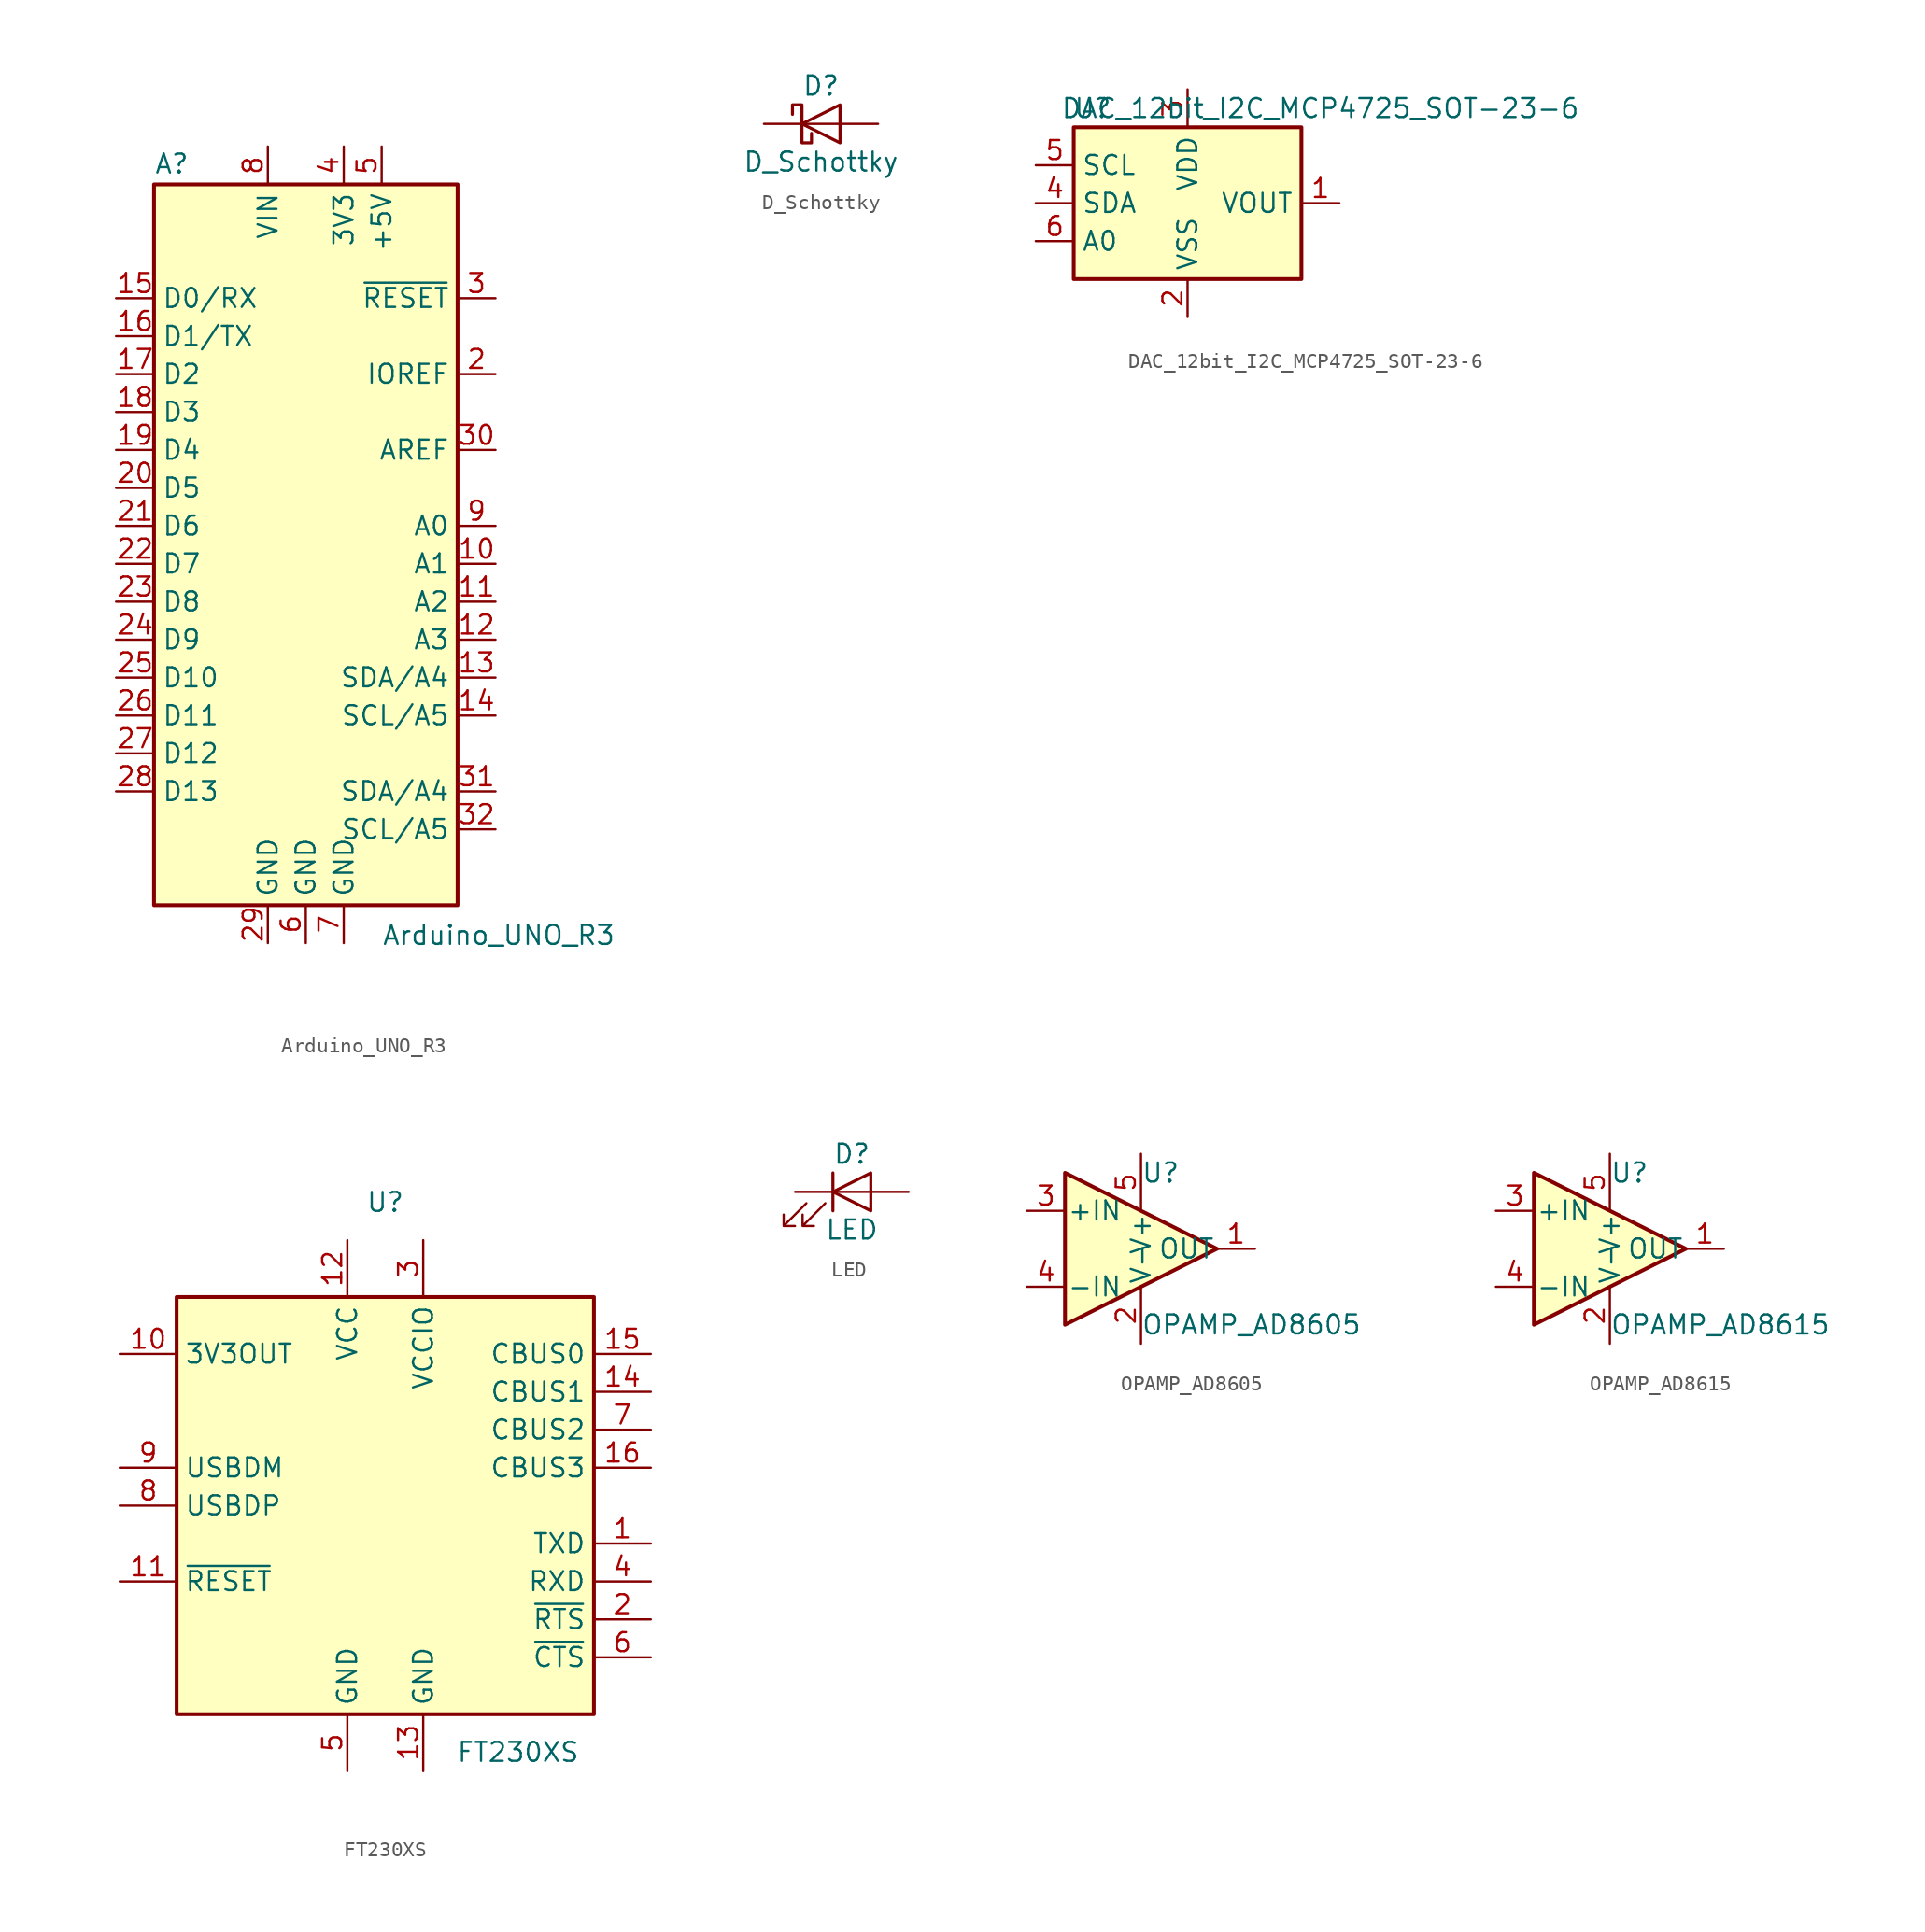
<source format=kicad_sym>
(kicad_symbol_lib
  (version 20220914)
  (generator kicad_symbol_editor)
  (symbol "Arduino_UNO_R3"
    (property "Reference" "A"
      (at -10.16 23.495 0)
      (effects (font (size 1.27 1.27)) (justify left bottom)))
    (property "Value" "Arduino_UNO_R3"
      (at 5.08 -26.67 0)
      (effects (font (size 1.27 1.27)) (justify left top)))
    (symbol "Arduino_UNO_R3_0_1"
      (rectangle (start -10.16 22.86) (end 10.16 -25.4) (stroke (width 0.254) (type solid)) (fill (type background))))
    (symbol "Arduino_UNO_R3_1_1"
      (pin no_connect line (at -10.16 -20.32 0) (length 2.54) hide (name "NC" (effects (font (size 1.27 1.27)))) (number "1" (effects (font (size 1.27 1.27)))))
      (pin bidirectional line (at 12.7 -2.54 180) (length 2.54) (name "A1" (effects (font (size 1.27 1.27)))) (number "10" (effects (font (size 1.27 1.27)))))
      (pin bidirectional line (at 12.7 -5.08 180) (length 2.54) (name "A2" (effects (font (size 1.27 1.27)))) (number "11" (effects (font (size 1.27 1.27)))))
      (pin bidirectional line (at 12.7 -7.62 180) (length 2.54) (name "A3" (effects (font (size 1.27 1.27)))) (number "12" (effects (font (size 1.27 1.27)))))
      (pin bidirectional line (at 12.7 -10.16 180) (length 2.54) (name "SDA/A4" (effects (font (size 1.27 1.27)))) (number "13" (effects (font (size 1.27 1.27)))))
      (pin bidirectional line (at 12.7 -12.7 180) (length 2.54) (name "SCL/A5" (effects (font (size 1.27 1.27)))) (number "14" (effects (font (size 1.27 1.27)))))
      (pin bidirectional line (at -12.7 15.24 0) (length 2.54) (name "D0/RX" (effects (font (size 1.27 1.27)))) (number "15" (effects (font (size 1.27 1.27)))))
      (pin bidirectional line (at -12.7 12.7 0) (length 2.54) (name "D1/TX" (effects (font (size 1.27 1.27)))) (number "16" (effects (font (size 1.27 1.27)))))
      (pin bidirectional line (at -12.7 10.16 0) (length 2.54) (name "D2" (effects (font (size 1.27 1.27)))) (number "17" (effects (font (size 1.27 1.27)))))
      (pin bidirectional line (at -12.7 7.62 0) (length 2.54) (name "D3" (effects (font (size 1.27 1.27)))) (number "18" (effects (font (size 1.27 1.27)))))
      (pin bidirectional line (at -12.7 5.08 0) (length 2.54) (name "D4" (effects (font (size 1.27 1.27)))) (number "19" (effects (font (size 1.27 1.27)))))
      (pin output line (at 12.7 10.16 180) (length 2.54) (name "IOREF" (effects (font (size 1.27 1.27)))) (number "2" (effects (font (size 1.27 1.27)))))
      (pin bidirectional line (at -12.7 2.54 0) (length 2.54) (name "D5" (effects (font (size 1.27 1.27)))) (number "20" (effects (font (size 1.27 1.27)))))
      (pin bidirectional line (at -12.7 0 0) (length 2.54) (name "D6" (effects (font (size 1.27 1.27)))) (number "21" (effects (font (size 1.27 1.27)))))
      (pin bidirectional line (at -12.7 -2.54 0) (length 2.54) (name "D7" (effects (font (size 1.27 1.27)))) (number "22" (effects (font (size 1.27 1.27)))))
      (pin bidirectional line (at -12.7 -5.08 0) (length 2.54) (name "D8" (effects (font (size 1.27 1.27)))) (number "23" (effects (font (size 1.27 1.27)))))
      (pin bidirectional line (at -12.7 -7.62 0) (length 2.54) (name "D9" (effects (font (size 1.27 1.27)))) (number "24" (effects (font (size 1.27 1.27)))))
      (pin bidirectional line (at -12.7 -10.16 0) (length 2.54) (name "D10" (effects (font (size 1.27 1.27)))) (number "25" (effects (font (size 1.27 1.27)))))
      (pin bidirectional line (at -12.7 -12.7 0) (length 2.54) (name "D11" (effects (font (size 1.27 1.27)))) (number "26" (effects (font (size 1.27 1.27)))))
      (pin bidirectional line (at -12.7 -15.24 0) (length 2.54) (name "D12" (effects (font (size 1.27 1.27)))) (number "27" (effects (font (size 1.27 1.27)))))
      (pin bidirectional line (at -12.7 -17.78 0) (length 2.54) (name "D13" (effects (font (size 1.27 1.27)))) (number "28" (effects (font (size 1.27 1.27)))))
      (pin power_in line (at -2.54 -27.94 90) (length 2.54) (name "GND" (effects (font (size 1.27 1.27)))) (number "29" (effects (font (size 1.27 1.27)))))
      (pin input line (at 12.7 15.24 180) (length 2.54) (name "~{RESET}" (effects (font (size 1.27 1.27)))) (number "3" (effects (font (size 1.27 1.27)))))
      (pin input line (at 12.7 5.08 180) (length 2.54) (name "AREF" (effects (font (size 1.27 1.27)))) (number "30" (effects (font (size 1.27 1.27)))))
      (pin bidirectional line (at 12.7 -17.78 180) (length 2.54) (name "SDA/A4" (effects (font (size 1.27 1.27)))) (number "31" (effects (font (size 1.27 1.27)))))
      (pin bidirectional line (at 12.7 -20.32 180) (length 2.54) (name "SCL/A5" (effects (font (size 1.27 1.27)))) (number "32" (effects (font (size 1.27 1.27)))))
      (pin power_out line (at 2.54 25.4 270) (length 2.54) (name "3V3" (effects (font (size 1.27 1.27)))) (number "4" (effects (font (size 1.27 1.27)))))
      (pin power_out line (at 5.08 25.4 270) (length 2.54) (name "+5V" (effects (font (size 1.27 1.27)))) (number "5" (effects (font (size 1.27 1.27)))))
      (pin power_in line (at 0 -27.94 90) (length 2.54) (name "GND" (effects (font (size 1.27 1.27)))) (number "6" (effects (font (size 1.27 1.27)))))
      (pin power_in line (at 2.54 -27.94 90) (length 2.54) (name "GND" (effects (font (size 1.27 1.27)))) (number "7" (effects (font (size 1.27 1.27)))))
      (pin power_in line (at -2.54 25.4 270) (length 2.54) (name "VIN" (effects (font (size 1.27 1.27)))) (number "8" (effects (font (size 1.27 1.27)))))
      (pin bidirectional line (at 12.7 0 180) (length 2.54) (name "A0" (effects (font (size 1.27 1.27)))) (number "9" (effects (font (size 1.27 1.27)))))))
  (symbol "D_Schottky"
    (pin_numbers hide)
    (pin_names
      (offset 1.016) hide)
    (property "Reference" "D"
      (at 0 2.54 0)
      (effects (font (size 1.27 1.27))))
    (property "Value" "D_Schottky"
      (at 0 -2.54 0)
      (effects (font (size 1.27 1.27))))
    (symbol "D_Schottky_0_1"
      (polyline (pts (xy 1.27 0) (xy -1.27 0)) (stroke (width 0) (type solid)) (fill (type none)))
      (polyline (pts (xy 1.27 1.27) (xy 1.27 -1.27) (xy -1.27 0) (xy 1.27 1.27)) (stroke (width 0.203) (type solid)) (fill (type none)))
      (polyline (pts (xy -1.905 0.635) (xy -1.905 1.27) (xy -1.27 1.27) (xy -1.27 -1.27) (xy -0.635 -1.27) (xy -0.635 -0.635)) (stroke (width 0.203) (type solid)) (fill (type none))))
    (symbol "D_Schottky_1_1"
      (pin passive line (at -3.81 0 0) (length 2.54) (name "K" (effects (font (size 1.27 1.27)))) (number "1" (effects (font (size 1.27 1.27)))))
      (pin passive line (at 3.81 0 180) (length 2.54) (name "A" (effects (font (size 1.27 1.27)))) (number "2" (effects (font (size 1.27 1.27)))))))
  (symbol "DAC_12bit_I2C_MCP4725_SOT-23-6"
    (property "Reference" "U"
      (at -6.35 6.35 0)
      (effects (font (size 1.27 1.27))))
    (property "Value" "DAC_12bit_I2C_MCP4725_SOT-23-6"
      (at 8.89 6.35 0)
      (effects (font (size 1.27 1.27))))
    (symbol "DAC_12bit_I2C_MCP4725_SOT-23-6_0_1"
      (rectangle (start -7.62 5.08) (end 7.62 -5.08) (stroke (width 0.254) (type solid)) (fill (type background))))
    (symbol "DAC_12bit_I2C_MCP4725_SOT-23-6_1_1"
      (pin output line (at 10.16 0 180) (length 2.54) (name "VOUT" (effects (font (size 1.27 1.27)))) (number "1" (effects (font (size 1.27 1.27)))))
      (pin power_in line (at 0 -7.62 90) (length 2.54) (name "VSS" (effects (font (size 1.27 1.27)))) (number "2" (effects (font (size 1.27 1.27)))))
      (pin power_in line (at 0 7.62 270) (length 2.54) (name "VDD" (effects (font (size 1.27 1.27)))) (number "3" (effects (font (size 1.27 1.27)))))
      (pin bidirectional line (at -10.16 0 0) (length 2.54) (name "SDA" (effects (font (size 1.27 1.27)))) (number "4" (effects (font (size 1.27 1.27)))))
      (pin input line (at -10.16 2.54 0) (length 2.54) (name "SCL" (effects (font (size 1.27 1.27)))) (number "5" (effects (font (size 1.27 1.27)))))
      (pin input line (at -10.16 -2.54 0) (length 2.54) (name "A0" (effects (font (size 1.27 1.27)))) (number "6" (effects (font (size 1.27 1.27)))))))
  (symbol "FT230XS"
    (property "Reference" "U"
      (at 0 20.32 0)
      (effects (font (size 1.27 1.27))))
    (property "Value" "FT230XS"
      (at 8.89 -16.51 0)
      (effects (font (size 1.27 1.27))))
    (symbol "FT230XS_0_1"
      (rectangle (start 13.97 13.97) (end -13.97 -13.97) (stroke (width 0.254) (type solid)) (fill (type background))))
    (symbol "FT230XS_1_1"
      (pin output line (at 17.78 -2.54 180) (length 3.81) (name "TXD" (effects (font (size 1.27 1.27)))) (number "1" (effects (font (size 1.27 1.27)))))
      (pin power_out line (at -17.78 10.16 0) (length 3.81) (name "3V3OUT" (effects (font (size 1.27 1.27)))) (number "10" (effects (font (size 1.27 1.27)))))
      (pin input line (at -17.78 -5.08 0) (length 3.81) (name "~{RESET}" (effects (font (size 1.27 1.27)))) (number "11" (effects (font (size 1.27 1.27)))))
      (pin power_in line (at -2.54 17.78 270) (length 3.81) (name "VCC" (effects (font (size 1.27 1.27)))) (number "12" (effects (font (size 1.27 1.27)))))
      (pin power_in line (at 2.54 -17.78 90) (length 3.81) (name "GND" (effects (font (size 1.27 1.27)))) (number "13" (effects (font (size 1.27 1.27)))))
      (pin bidirectional line (at 17.78 7.62 180) (length 3.81) (name "CBUS1" (effects (font (size 1.27 1.27)))) (number "14" (effects (font (size 1.27 1.27)))))
      (pin bidirectional line (at 17.78 10.16 180) (length 3.81) (name "CBUS0" (effects (font (size 1.27 1.27)))) (number "15" (effects (font (size 1.27 1.27)))))
      (pin bidirectional line (at 17.78 2.54 180) (length 3.81) (name "CBUS3" (effects (font (size 1.27 1.27)))) (number "16" (effects (font (size 1.27 1.27)))))
      (pin output line (at 17.78 -7.62 180) (length 3.81) (name "~{RTS}" (effects (font (size 1.27 1.27)))) (number "2" (effects (font (size 1.27 1.27)))))
      (pin power_in line (at 2.54 17.78 270) (length 3.81) (name "VCCIO" (effects (font (size 1.27 1.27)))) (number "3" (effects (font (size 1.27 1.27)))))
      (pin input line (at 17.78 -5.08 180) (length 3.81) (name "RXD" (effects (font (size 1.27 1.27)))) (number "4" (effects (font (size 1.27 1.27)))))
      (pin power_in line (at -2.54 -17.78 90) (length 3.81) (name "GND" (effects (font (size 1.27 1.27)))) (number "5" (effects (font (size 1.27 1.27)))))
      (pin input line (at 17.78 -10.16 180) (length 3.81) (name "~{CTS}" (effects (font (size 1.27 1.27)))) (number "6" (effects (font (size 1.27 1.27)))))
      (pin bidirectional line (at 17.78 5.08 180) (length 3.81) (name "CBUS2" (effects (font (size 1.27 1.27)))) (number "7" (effects (font (size 1.27 1.27)))))
      (pin bidirectional line (at -17.78 0 0) (length 3.81) (name "USBDP" (effects (font (size 1.27 1.27)))) (number "8" (effects (font (size 1.27 1.27)))))
      (pin bidirectional line (at -17.78 2.54 0) (length 3.81) (name "USBDM" (effects (font (size 1.27 1.27)))) (number "9" (effects (font (size 1.27 1.27)))))))
  (symbol "LED"
    (pin_numbers hide)
    (pin_names
      (offset 1.016) hide)
    (property "Reference" "D"
      (at 0 2.54 0)
      (effects (font (size 1.27 1.27))))
    (property "Value" "LED"
      (at 0 -2.54 0)
      (effects (font (size 1.27 1.27))))
    (symbol "LED_0_1"
      (polyline (pts (xy -1.27 -1.27) (xy -1.27 1.27)) (stroke (width 0.203) (type solid)) (fill (type none)))
      (polyline (pts (xy -1.27 0) (xy 1.27 0)) (stroke (width 0) (type solid)) (fill (type none)))
      (polyline (pts (xy 1.27 -1.27) (xy 1.27 1.27) (xy -1.27 0) (xy 1.27 -1.27)) (stroke (width 0.203) (type solid)) (fill (type none)))
      (polyline (pts (xy -3.048 -0.762) (xy -4.572 -2.286) (xy -3.81 -2.286) (xy -4.572 -2.286) (xy -4.572 -1.524)) (stroke (width 0) (type solid)) (fill (type none)))
      (polyline (pts (xy -1.778 -0.762) (xy -3.302 -2.286) (xy -2.54 -2.286) (xy -3.302 -2.286) (xy -3.302 -1.524)) (stroke (width 0) (type solid)) (fill (type none))))
    (symbol "LED_1_1"
      (pin passive line (at -3.81 0 0) (length 2.54) (name "K" (effects (font (size 1.27 1.27)))) (number "1" (effects (font (size 1.27 1.27)))))
      (pin passive line (at 3.81 0 180) (length 2.54) (name "A" (effects (font (size 1.27 1.27)))) (number "2" (effects (font (size 1.27 1.27)))))))
  (symbol "OPAMP_AD8605"
    (pin_names
      (offset 0.127))
    (property "Reference" "U"
      (at 0 5.08 0)
      (effects (font (size 1.27 1.27)) (justify left)))
    (property "Value" "OPAMP_AD8605"
      (at 0 -5.08 0)
      (effects (font (size 1.27 1.27)) (justify left)))
    (symbol "OPAMP_AD8605_0_1"
      (polyline (pts (xy -5.08 5.08) (xy 5.08 0) (xy -5.08 -5.08) (xy -5.08 5.08)) (stroke (width 0.254) (type solid)) (fill (type background)))
      (pin power_in line (at 0 -6.35 90) (length 3.81) (name "V-" (effects (font (size 1.27 1.27)))) (number "2" (effects (font (size 1.27 1.27)))))
      (pin power_in line (at 0 6.35 270) (length 3.81) (name "V+" (effects (font (size 1.27 1.27)))) (number "5" (effects (font (size 1.27 1.27))))))
    (symbol "OPAMP_AD8605_1_1"
      (pin output line (at 7.62 0 180) (length 2.54) (name "OUT" (effects (font (size 1.27 1.27)))) (number "1" (effects (font (size 1.27 1.27)))))
      (pin input line (at -7.62 2.54 0) (length 2.54) (name "+IN" (effects (font (size 1.27 1.27)))) (number "3" (effects (font (size 1.27 1.27)))))
      (pin input line (at -7.62 -2.54 0) (length 2.54) (name "-IN" (effects (font (size 1.27 1.27)))) (number "4" (effects (font (size 1.27 1.27)))))))
  (symbol "OPAMP_AD8615"
    (pin_names
      (offset 0.127))
    (property "Reference" "U"
      (at 0 5.08 0)
      (effects (font (size 1.27 1.27)) (justify left)))
    (property "Value" "OPAMP_AD8615"
      (at 0 -5.08 0)
      (effects (font (size 1.27 1.27)) (justify left)))
    (symbol "OPAMP_AD8615_0_1"
      (polyline (pts (xy -5.08 5.08) (xy 5.08 0) (xy -5.08 -5.08) (xy -5.08 5.08)) (stroke (width 0.254) (type solid)) (fill (type background)))
      (pin power_in line (at 0 -6.35 90) (length 3.81) (name "V-" (effects (font (size 1.27 1.27)))) (number "2" (effects (font (size 1.27 1.27)))))
      (pin power_in line (at 0 6.35 270) (length 3.81) (name "V+" (effects (font (size 1.27 1.27)))) (number "5" (effects (font (size 1.27 1.27))))))
    (symbol "OPAMP_AD8615_1_1"
      (pin output line (at 7.62 0 180) (length 2.54) (name "OUT" (effects (font (size 1.27 1.27)))) (number "1" (effects (font (size 1.27 1.27)))))
      (pin input line (at -7.62 2.54 0) (length 2.54) (name "+IN" (effects (font (size 1.27 1.27)))) (number "3" (effects (font (size 1.27 1.27)))))
      (pin input line (at -7.62 -2.54 0) (length 2.54) (name "-IN" (effects (font (size 1.27 1.27)))) (number "4" (effects (font (size 1.27 1.27))))))))
</source>
